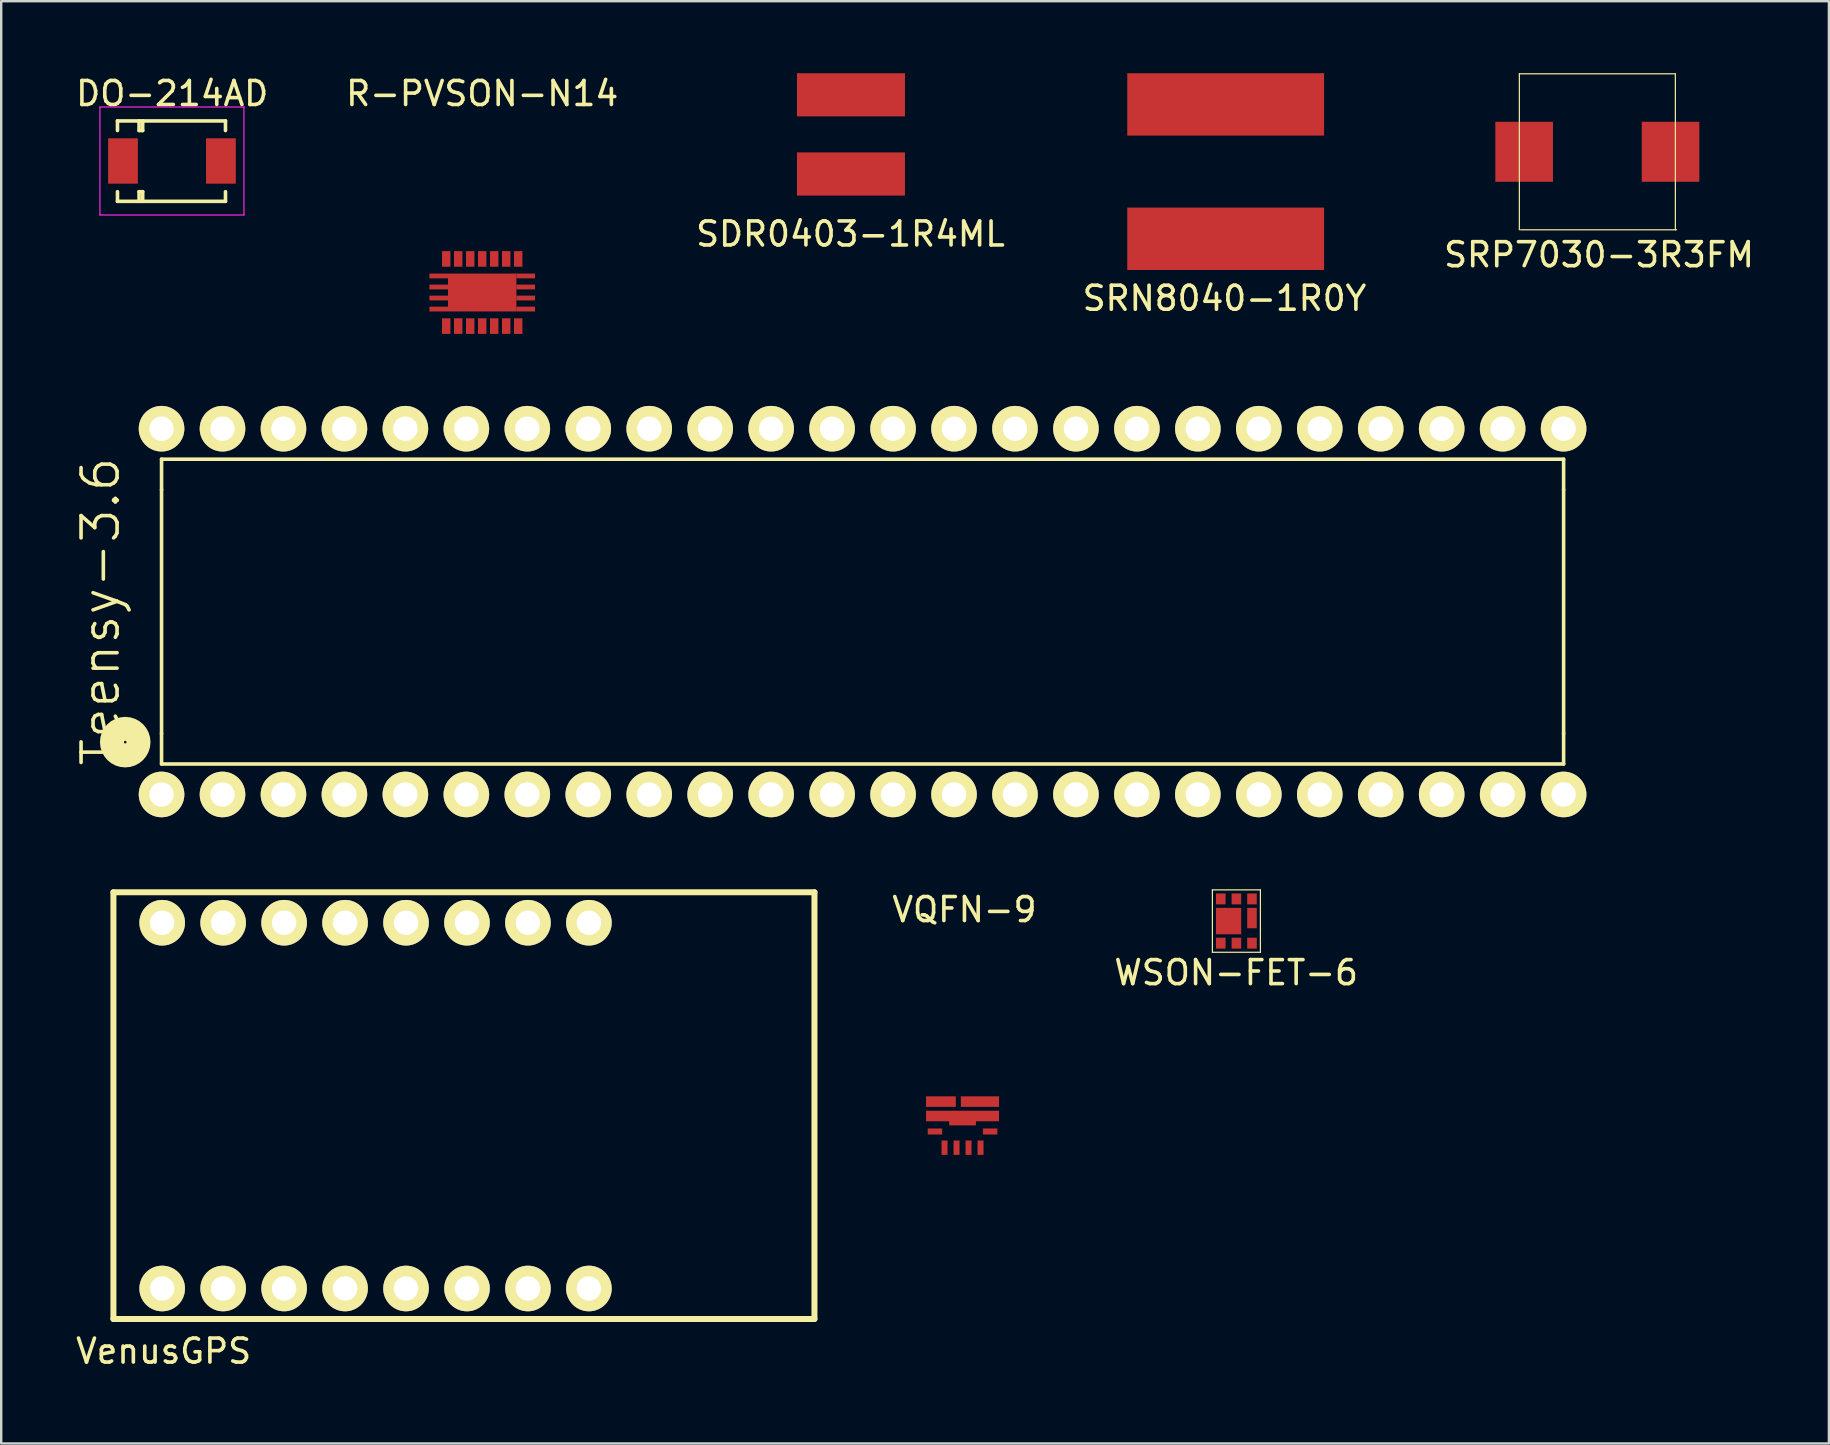
<source format=kicad_pcb>
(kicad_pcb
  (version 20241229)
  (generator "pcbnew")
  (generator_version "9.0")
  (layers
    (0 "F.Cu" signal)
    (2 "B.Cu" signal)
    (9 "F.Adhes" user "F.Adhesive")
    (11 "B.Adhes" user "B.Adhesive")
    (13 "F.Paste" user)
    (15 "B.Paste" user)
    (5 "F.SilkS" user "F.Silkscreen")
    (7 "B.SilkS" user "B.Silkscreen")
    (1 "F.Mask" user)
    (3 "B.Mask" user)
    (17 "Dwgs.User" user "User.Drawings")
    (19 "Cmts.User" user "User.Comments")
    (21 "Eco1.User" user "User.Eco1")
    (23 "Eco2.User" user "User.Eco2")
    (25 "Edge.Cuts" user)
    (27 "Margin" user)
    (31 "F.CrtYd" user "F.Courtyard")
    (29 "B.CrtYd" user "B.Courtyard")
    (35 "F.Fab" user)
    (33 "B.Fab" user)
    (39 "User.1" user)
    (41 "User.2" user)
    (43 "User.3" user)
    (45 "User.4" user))
  (footprint "WSON-FET-6"
    (layer "F.Cu")
    (at 48.467 35.328)
    (property "Reference" "WSON-FET-6" (at -0.01 2.15 0) (layer "F.SilkS") (effects (font (size 1 1) (thickness 0.15))))
    (attr through_hole)
    (fp_line (start -1 -1.3) (end -1 1.3) (stroke (width 0.05) (type solid)) (layer "F.SilkS"))
    (fp_line (start -1 1.3) (end 1 1.3) (stroke (width 0.05) (type solid)) (layer "F.SilkS"))
    (fp_line (start 1 -1.3) (end -1 -1.3) (stroke (width 0.05) (type solid)) (layer "F.SilkS"))
    (fp_line (start 1 1.3) (end 1 -1.3) (stroke (width 0.05) (type solid)) (layer "F.SilkS"))
    (pad "1" smd rect (at -0.65 -0.922) (size 0.4 0.455) (layers "F.Cu" "F.Mask" "F.Paste"))
    (pad "1" smd rect (at -0.65 0.922) (size 0.4 0.455) (layers "F.Cu" "F.Mask" "F.Paste"))
    (pad "1" smd rect (at -0.325 0) (size 1.05 1.1) (layers "F.Cu" "F.Mask" "F.Paste"))
    (pad "1" smd rect (at 0 -0.922) (size 0.4 0.455) (layers "F.Cu" "F.Mask" "F.Paste"))
    (pad "1" smd rect (at 0 0.922) (size 0.4 0.455) (layers "F.Cu" "F.Mask" "F.Paste"))
    (pad "2" smd rect (at 0.65 0.922) (size 0.4 0.455) (layers "F.Cu" "F.Mask" "F.Paste"))
    (pad "3" smd rect (at 0.65 -0.922) (size 0.4 0.455) (layers "F.Cu" "F.Mask" "F.Paste"))
    (pad "3" smd rect (at 0.65 -0.125) (size 0.4 0.85) (layers "F.Cu" "F.Mask" "F.Paste")))
  (footprint "Teensy-3.6"
    (layer "F.Cu")
    (at 6.221 30.053)
    (property "Reference" "Teensy-3.6" (at -5.08 -7.62 90) (layer "F.SilkS") (effects (font (size 1.5 1.5) (thickness 0.15))))
    (attr through_hole)
    (fp_line (start -2.54 -13.97) (end 55.88 -13.97) (stroke (width 0.15) (type solid)) (layer "F.SilkS"))
    (fp_line (start -2.54 -12.7) (end -2.54 -13.97) (stroke (width 0.15) (type solid)) (layer "F.SilkS"))
    (fp_line (start -2.54 -2.54) (end -2.54 -12.7) (stroke (width 0.15) (type solid)) (layer "F.SilkS"))
    (fp_line (start -2.54 -1.27) (end -2.54 -2.54) (stroke (width 0.15) (type solid)) (layer "F.SilkS"))
    (fp_line (start 55.88 -13.97) (end 55.88 -12.7) (stroke (width 0.15) (type solid)) (layer "F.SilkS"))
    (fp_line (start 55.88 -12.7) (end 55.88 -2.54) (stroke (width 0.15) (type solid)) (layer "F.SilkS"))
    (fp_line (start 55.88 -2.54) (end 55.88 -1.27) (stroke (width 0.15) (type solid)) (layer "F.SilkS"))
    (fp_line (start 55.88 -1.27) (end -2.54 -1.27) (stroke (width 0.15) (type solid)) (layer "F.SilkS"))
    (fp_circle (center -4.053 -2.18) (end -3.693 -1.76) (stroke (width 1) (type solid)) (fill no) (layer "F.SilkS"))
    (pad "1" thru_hole circle (at -2.54 0) (size 1.9 1.9) (drill 1.016) (layers "*.Cu" "*.Mask" "F.SilkS"))
    (pad "2" thru_hole circle (at 0 0) (size 1.9 1.9) (drill 1.016) (layers "*.Cu" "*.Mask" "F.SilkS"))
    (pad "3" thru_hole circle (at 2.54 0) (size 1.9 1.9) (drill 1.016) (layers "*.Cu" "*.Mask" "F.SilkS"))
    (pad "4" thru_hole circle (at 5.08 0) (size 1.9 1.9) (drill 1.016) (layers "*.Cu" "*.Mask" "F.SilkS"))
    (pad "5" thru_hole circle (at 7.62 0) (size 1.9 1.9) (drill 1.016) (layers "*.Cu" "*.Mask" "F.SilkS"))
    (pad "6" thru_hole circle (at 10.16 0) (size 1.9 1.9) (drill 1.016) (layers "*.Cu" "*.Mask" "F.SilkS"))
    (pad "7" thru_hole circle (at 12.7 0) (size 1.9 1.9) (drill 1.016) (layers "*.Cu" "*.Mask" "F.SilkS"))
    (pad "8" thru_hole circle (at 15.24 0) (size 1.9 1.9) (drill 1.016) (layers "*.Cu" "*.Mask" "F.SilkS"))
    (pad "9" thru_hole circle (at 17.78 0) (size 1.9 1.9) (drill 1.016) (layers "*.Cu" "*.Mask" "F.SilkS"))
    (pad "10" thru_hole circle (at 20.32 0) (size 1.9 1.9) (drill 1.016) (layers "*.Cu" "*.Mask" "F.SilkS"))
    (pad "11" thru_hole circle (at 22.86 0) (size 1.9 1.9) (drill 1.016) (layers "*.Cu" "*.Mask" "F.SilkS"))
    (pad "12" thru_hole circle (at 25.4 0) (size 1.9 1.9) (drill 1.016) (layers "*.Cu" "*.Mask" "F.SilkS"))
    (pad "13" thru_hole circle (at 27.94 0) (size 1.9 1.9) (drill 1.016) (layers "*.Cu" "*.Mask" "F.SilkS"))
    (pad "14" thru_hole circle (at 30.48 0) (size 1.9 1.9) (drill 1.016) (layers "*.Cu" "*.Mask" "F.SilkS"))
    (pad "15" thru_hole circle (at 33.02 0) (size 1.9 1.9) (drill 1.016) (layers "*.Cu" "*.Mask" "F.SilkS"))
    (pad "16" thru_hole circle (at 35.56 0) (size 1.9 1.9) (drill 1.016) (layers "*.Cu" "*.Mask" "F.SilkS"))
    (pad "17" thru_hole circle (at 38.1 0) (size 1.9 1.9) (drill 1.016) (layers "*.Cu" "*.Mask" "F.SilkS"))
    (pad "18" thru_hole circle (at 40.64 0) (size 1.9 1.9) (drill 1.016) (layers "*.Cu" "*.Mask" "F.SilkS"))
    (pad "19" thru_hole circle (at 43.18 0) (size 1.9 1.9) (drill 1.016) (layers "*.Cu" "*.Mask" "F.SilkS"))
    (pad "20" thru_hole circle (at 45.72 0) (size 1.9 1.9) (drill 1.016) (layers "*.Cu" "*.Mask" "F.SilkS"))
    (pad "21" thru_hole circle (at 48.26 0) (size 1.9 1.9) (drill 1.016) (layers "*.Cu" "*.Mask" "F.SilkS"))
    (pad "22" thru_hole circle (at 50.8 0) (size 1.9 1.9) (drill 1.016) (layers "*.Cu" "*.Mask" "F.SilkS"))
    (pad "23" thru_hole circle (at 53.34 0) (size 1.9 1.9) (drill 1.016) (layers "*.Cu" "*.Mask" "F.SilkS"))
    (pad "24" thru_hole circle (at 55.88 0) (size 1.9 1.9) (drill 1.016) (layers "*.Cu" "*.Mask" "F.SilkS"))
    (pad "25" thru_hole circle (at 55.88 -15.24) (size 1.9 1.9) (drill 1.016) (layers "*.Cu" "*.Mask" "F.SilkS"))
    (pad "26" thru_hole circle (at 53.34 -15.24) (size 1.9 1.9) (drill 1.016) (layers "*.Cu" "*.Mask" "F.SilkS"))
    (pad "27" thru_hole circle (at 50.8 -15.24) (size 1.9 1.9) (drill 1.016) (layers "*.Cu" "*.Mask" "F.SilkS"))
    (pad "28" thru_hole circle (at 48.26 -15.24) (size 1.9 1.9) (drill 1.016) (layers "*.Cu" "*.Mask" "F.SilkS"))
    (pad "29" thru_hole circle (at 45.72 -15.24) (size 1.9 1.9) (drill 1.016) (layers "*.Cu" "*.Mask" "F.SilkS"))
    (pad "30" thru_hole circle (at 43.18 -15.24) (size 1.9 1.9) (drill 1.016) (layers "*.Cu" "*.Mask" "F.SilkS"))
    (pad "31" thru_hole circle (at 40.64 -15.24) (size 1.9 1.9) (drill 1.016) (layers "*.Cu" "*.Mask" "F.SilkS"))
    (pad "32" thru_hole circle (at 38.1 -15.24) (size 1.9 1.9) (drill 1.016) (layers "*.Cu" "*.Mask" "F.SilkS"))
    (pad "33" thru_hole circle (at 35.56 -15.24) (size 1.9 1.9) (drill 1.016) (layers "*.Cu" "*.Mask" "F.SilkS"))
    (pad "34" thru_hole circle (at 33.02 -15.24) (size 1.9 1.9) (drill 1.016) (layers "*.Cu" "*.Mask" "F.SilkS"))
    (pad "35" thru_hole circle (at 30.48 -15.24) (size 1.9 1.9) (drill 1.016) (layers "*.Cu" "*.Mask" "F.SilkS"))
    (pad "36" thru_hole circle (at 27.94 -15.24) (size 1.9 1.9) (drill 1.016) (layers "*.Cu" "*.Mask" "F.SilkS"))
    (pad "37" thru_hole circle (at 25.4 -15.24) (size 1.9 1.9) (drill 1.016) (layers "*.Cu" "*.Mask" "F.SilkS"))
    (pad "38" thru_hole circle (at 22.86 -15.24) (size 1.9 1.9) (drill 1.016) (layers "*.Cu" "*.Mask" "F.SilkS"))
    (pad "39" thru_hole circle (at 20.32 -15.24) (size 1.9 1.9) (drill 1.016) (layers "*.Cu" "*.Mask" "F.SilkS"))
    (pad "40" thru_hole circle (at 17.78 -15.24) (size 1.9 1.9) (drill 1.016) (layers "*.Cu" "*.Mask" "F.SilkS"))
    (pad "41" thru_hole circle (at 15.24 -15.24) (size 1.9 1.9) (drill 1.016) (layers "*.Cu" "*.Mask" "F.SilkS"))
    (pad "42" thru_hole circle (at 12.7 -15.24) (size 1.9 1.9) (drill 1.016) (layers "*.Cu" "*.Mask" "F.SilkS"))
    (pad "43" thru_hole circle (at 10.16 -15.24) (size 1.9 1.9) (drill 1.016) (layers "*.Cu" "*.Mask" "F.SilkS"))
    (pad "44" thru_hole circle (at 7.62 -15.24) (size 1.9 1.9) (drill 1.016) (layers "*.Cu" "*.Mask" "F.SilkS"))
    (pad "45" thru_hole circle (at 5.08 -15.24) (size 1.9 1.9) (drill 1.016) (layers "*.Cu" "*.Mask" "F.SilkS"))
    (pad "46" thru_hole circle (at 2.54 -15.24) (size 1.9 1.9) (drill 1.016) (layers "*.Cu" "*.Mask" "F.SilkS"))
    (pad "47" thru_hole circle (at 0 -15.24) (size 1.9 1.9) (drill 1.016) (layers "*.Cu" "*.Mask" "F.SilkS"))
    (pad "48" thru_hole circle (at -2.54 -15.24) (size 1.9 1.9) (drill 1.016) (layers "*.Cu" "*.Mask" "F.SilkS")))
  (footprint "SRP7030-3R3FM"
    (layer "F.Cu")
    (at 63.507 3.275)
    (property "Reference" "SRP7030-3R3FM" (at 0.07 4.29 0) (layer "F.SilkS") (effects (font (size 1 1) (thickness 0.15))))
    (attr through_hole)
    (fp_line (start -3.25 -3.25) (end -3.25 3.25) (stroke (width 0.05) (type solid)) (layer "F.SilkS"))
    (fp_line (start -3.25 -3.25) (end 3.25 -3.25) (stroke (width 0.05) (type solid)) (layer "F.SilkS"))
    (fp_line (start -3.2 3.25) (end 3.3 3.25) (stroke (width 0.05) (type solid)) (layer "F.SilkS"))
    (fp_line (start 3.25 -3.25) (end 3.25 3.25) (stroke (width 0.05) (type solid)) (layer "F.SilkS"))
    (pad "1" smd rect (at -3.05 0) (size 2.4 2.5) (layers "F.Cu" "F.Mask" "F.Paste"))
    (pad "2" smd rect (at 3.05 0) (size 2.4 2.5) (layers "F.Cu" "F.Mask" "F.Paste")))
  (footprint "VQFN-9"
    (layer "F.Cu")
    (at 37.056 43.621)
    (property "Reference" "VQFN-9" (at 0.08 -8.77 0) (layer "F.SilkS") (effects (font (size 1 1) (thickness 0.15))))
    (attr through_hole)
    (pad "1" smd rect (at -0.9 -0.77) (size 1.24 0.44) (layers "F.Cu" "F.Mask" "F.Paste"))
    (pad "2" smd rect (at 0 -0.17) (size 3.04 0.44) (layers "F.Cu" "F.Mask" "F.Paste"))
    (pad "2" smd rect (at 0 0) (size 1.115 0.44) (layers "F.Cu" "F.Mask" "F.Paste"))
    (pad "3" smd rect (at -1.15 0.475) (size 0.6 0.25) (layers "F.Cu" "F.Mask" "F.Paste"))
    (pad "4" smd rect (at -0.75 1.15) (size 0.25 0.6) (layers "F.Cu" "F.Mask" "F.Paste"))
    (pad "5" smd rect (at -0.25 1.15) (size 0.25 0.6) (layers "F.Cu" "F.Mask" "F.Paste"))
    (pad "6" smd rect (at 0.25 1.15) (size 0.25 0.6) (layers "F.Cu" "F.Mask" "F.Paste"))
    (pad "7" smd rect (at 0.75 1.15) (size 0.25 0.6) (layers "F.Cu" "F.Mask" "F.Paste"))
    (pad "8" smd rect (at 1.15 0.475) (size 0.6 0.25) (layers "F.Cu" "F.Mask" "F.Paste"))
    (pad "9" smd rect (at 0.725 -0.77) (size 1.59 0.44) (layers "F.Cu" "F.Mask" "F.Paste")))
  (footprint "R-PVSON-N14"
    (layer "F.Cu")
    (at 17.042 9.138)
    (property "Reference" "R-PVSON-N14" (at 0 -8.29 0) (layer "F.SilkS") (effects (font (size 1 1) (thickness 0.15))))
    (attr through_hole)
    (pad "1" smd rect (at -1.5 1.4) (size 0.35 0.65) (layers "F.Cu" "F.Mask" "F.Paste"))
    (pad "2" smd rect (at -1.812 -0.69) (size 0.775 0.2) (layers "F.Cu" "F.Mask" "F.Paste"))
    (pad "2" smd rect (at -1.812 -0.23) (size 0.775 0.2) (layers "F.Cu" "F.Mask" "F.Paste"))
    (pad "2" smd rect (at -1.812 0.23) (size 0.775 0.2) (layers "F.Cu" "F.Mask" "F.Paste"))
    (pad "2" smd rect (at -1.812 0.69) (size 0.775 0.2) (layers "F.Cu" "F.Mask" "F.Paste"))
    (pad "2" smd rect (at -1 1.4) (size 0.35 0.65) (layers "F.Cu" "F.Mask" "F.Paste"))
    (pad "2" smd rect (at 0 0) (size 2.85 1.58) (layers "F.Cu" "F.Mask" "F.Paste"))
    (pad "2" smd rect (at 1.812 -0.69) (size 0.775 0.2) (layers "F.Cu" "F.Mask" "F.Paste"))
    (pad "2" smd rect (at 1.812 -0.23) (size 0.775 0.2) (layers "F.Cu" "F.Mask" "F.Paste"))
    (pad "2" smd rect (at 1.812 0.23) (size 0.775 0.2) (layers "F.Cu" "F.Mask" "F.Paste"))
    (pad "2" smd rect (at 1.812 0.69) (size 0.775 0.2) (layers "F.Cu" "F.Mask" "F.Paste"))
    (pad "3" smd rect (at -0.5 1.4) (size 0.35 0.65) (layers "F.Cu" "F.Mask" "F.Paste"))
    (pad "4" smd rect (at 0 1.4) (size 0.35 0.65) (layers "F.Cu" "F.Mask" "F.Paste"))
    (pad "5" smd rect (at 0.5 1.4) (size 0.35 0.65) (layers "F.Cu" "F.Mask" "F.Paste"))
    (pad "6" smd rect (at 1 1.4) (size 0.35 0.65) (layers "F.Cu" "F.Mask" "F.Paste"))
    (pad "7" smd rect (at 1.5 1.4) (size 0.35 0.65) (layers "F.Cu" "F.Mask" "F.Paste"))
    (pad "8" smd rect (at 1.5 -1.4) (size 0.35 0.65) (layers "F.Cu" "F.Mask" "F.Paste"))
    (pad "9" smd rect (at 1 -1.4) (size 0.35 0.65) (layers "F.Cu" "F.Mask" "F.Paste"))
    (pad "10" smd rect (at 0.5 -1.4) (size 0.35 0.65) (layers "F.Cu" "F.Mask" "F.Paste"))
    (pad "11" smd rect (at 0 -1.4) (size 0.35 0.65) (layers "F.Cu" "F.Mask" "F.Paste"))
    (pad "12" smd rect (at -0.5 -1.4) (size 0.35 0.65) (layers "F.Cu" "F.Mask" "F.Paste"))
    (pad "13" smd rect (at -1 -1.4) (size 0.35 0.65) (layers "F.Cu" "F.Mask" "F.Paste"))
    (pad "14" smd rect (at -1.5 -1.4) (size 0.35 0.65) (layers "F.Cu" "F.Mask" "F.Paste")))
  (footprint "SRN8040-1R0Y"
    (layer "F.Cu")
    (at 48.02 4.1)
    (property "Reference" "SRN8040-1R0Y" (at -0.05 5.28 0) (layer "F.SilkS") (effects (font (size 1 1) (thickness 0.15))))
    (attr through_hole)
    (pad "1" smd rect (at 0 -2.8) (size 8.2 2.6) (layers "F.Cu" "F.Mask" "F.Paste"))
    (pad "2" smd rect (at 0 2.8) (size 8.2 2.6) (layers "F.Cu" "F.Mask" "F.Paste")))
  (footprint "DO-214AD"
    (layer "F.Cu")
    (at 4.115 3.658)
    (property "Reference" "DO-214AD" (at 0.01 -2.81 0) (layer "F.SilkS") (effects (font (size 1 1) (thickness 0.15))))
    (attr smd)
    (fp_line (start -2.27 -1.67) (end -2.27 -1.27) (stroke (width 0.15) (type solid)) (layer "F.SilkS"))
    (fp_line (start -2.27 -1.67) (end 2.23 -1.67) (stroke (width 0.15) (type solid)) (layer "F.SilkS"))
    (fp_line (start -2.27 1.68) (end -2.27 1.28) (stroke (width 0.15) (type solid)) (layer "F.SilkS"))
    (fp_line (start -1.37 -1.67) (end -1.37 -1.27) (stroke (width 0.15) (type solid)) (layer "F.SilkS"))
    (fp_line (start -1.37 -1.27) (end -1.22 -1.27) (stroke (width 0.15) (type solid)) (layer "F.SilkS"))
    (fp_line (start -1.37 1.28) (end -1.22 1.28) (stroke (width 0.15) (type solid)) (layer "F.SilkS"))
    (fp_line (start -1.37 1.68) (end -1.37 1.28) (stroke (width 0.15) (type solid)) (layer "F.SilkS"))
    (fp_line (start -1.22 -1.27) (end -1.22 -1.67) (stroke (width 0.15) (type solid)) (layer "F.SilkS"))
    (fp_line (start -1.22 1.28) (end -1.22 1.68) (stroke (width 0.15) (type solid)) (layer "F.SilkS"))
    (fp_line (start 2.23 -1.67) (end 2.23 -1.27) (stroke (width 0.15) (type solid)) (layer "F.SilkS"))
    (fp_line (start 2.23 1.68) (end -2.27 1.68) (stroke (width 0.15) (type solid)) (layer "F.SilkS"))
    (fp_line (start 2.23 1.68) (end 2.23 1.28) (stroke (width 0.15) (type solid)) (layer "F.SilkS"))
    (fp_line (start -3 -2.25) (end 3 -2.25) (stroke (width 0.05) (type solid)) (layer "F.CrtYd"))
    (fp_line (start -3 2.25) (end -3 -2.25) (stroke (width 0.05) (type solid)) (layer "F.CrtYd"))
    (fp_line (start 3 -2.25) (end 3 2.25) (stroke (width 0.05) (type solid)) (layer "F.CrtYd"))
    (fp_line (start 3 2.25) (end -3 2.25) (stroke (width 0.05) (type solid)) (layer "F.CrtYd"))
    (pad "1" smd rect (at -2.04 0) (size 1.24 1.89) (layers "F.Cu" "F.Mask" "F.Paste"))
    (pad "2" smd rect (at 2.04 0) (size 1.24 1.89) (layers "F.Cu" "F.Mask" "F.Paste")))
  (footprint "VenusGPS"
    (layer "F.Cu")
    (at 3.708 50.638)
    (property "Reference" "VenusGPS" (at 0.06 2.61 0) (layer "F.SilkS") (effects (font (size 1 1) (thickness 0.15))))
    (attr through_hole)
    (fp_line (start -2.032 -16.51) (end -2.032 1.27) (stroke (width 0.25) (type solid)) (layer "F.SilkS"))
    (fp_line (start -2.032 1.27) (end 27.178 1.27) (stroke (width 0.25) (type solid)) (layer "F.SilkS"))
    (fp_line (start 27.178 -16.51) (end -2.032 -16.51) (stroke (width 0.25) (type solid)) (layer "F.SilkS"))
    (fp_line (start 27.178 1.27) (end 27.178 -16.51) (stroke (width 0.25) (type solid)) (layer "F.SilkS"))
    (pad "1" thru_hole circle (at 17.78 -15.24) (size 1.9 1.9) (drill 1.016) (layers "*.Cu" "*.Mask" "F.SilkS"))
    (pad "2" thru_hole circle (at 15.24 -15.24) (size 1.9 1.9) (drill 1.016) (layers "*.Cu" "*.Mask" "F.SilkS"))
    (pad "3" thru_hole circle (at 12.7 -15.24) (size 1.9 1.9) (drill 1.016) (layers "*.Cu" "*.Mask" "F.SilkS"))
    (pad "4" thru_hole circle (at 10.16 -15.24) (size 1.9 1.9) (drill 1.016) (layers "*.Cu" "*.Mask" "F.SilkS"))
    (pad "5" thru_hole circle (at 7.62 -15.24) (size 1.9 1.9) (drill 1.016) (layers "*.Cu" "*.Mask" "F.SilkS"))
    (pad "6" thru_hole circle (at 5.08 -15.24) (size 1.9 1.9) (drill 1.016) (layers "*.Cu" "*.Mask" "F.SilkS"))
    (pad "7" thru_hole circle (at 2.54 -15.24) (size 1.9 1.9) (drill 1.016) (layers "*.Cu" "*.Mask" "F.SilkS"))
    (pad "8" thru_hole circle (at 0 -15.24) (size 1.9 1.9) (drill 1.016) (layers "*.Cu" "*.Mask" "F.SilkS"))
    (pad "9" thru_hole circle (at 0 0) (size 1.9 1.9) (drill 1.016) (layers "*.Cu" "*.Mask" "F.SilkS"))
    (pad "10" thru_hole circle (at 2.54 0) (size 1.9 1.9) (drill 1.016) (layers "*.Cu" "*.Mask" "F.SilkS"))
    (pad "11" thru_hole circle (at 5.08 0) (size 1.9 1.9) (drill 1.016) (layers "*.Cu" "*.Mask" "F.SilkS"))
    (pad "12" thru_hole circle (at 7.62 0) (size 1.9 1.9) (drill 1.016) (layers "*.Cu" "*.Mask" "F.SilkS"))
    (pad "13" thru_hole circle (at 10.16 0) (size 1.9 1.9) (drill 1.016) (layers "*.Cu" "*.Mask" "F.SilkS"))
    (pad "14" thru_hole circle (at 12.7 0) (size 1.9 1.9) (drill 1.016) (layers "*.Cu" "*.Mask" "F.SilkS"))
    (pad "15" thru_hole circle (at 15.24 0) (size 1.9 1.9) (drill 1.016) (layers "*.Cu" "*.Mask" "F.SilkS"))
    (pad "16" thru_hole circle (at 17.78 0) (size 1.9 1.9) (drill 1.016) (layers "*.Cu" "*.Mask" "F.SilkS")))
  (footprint "SDR0403-1R4ML"
    (layer "F.Cu")
    (at 32.407 2.55)
    (property "Reference" "SDR0403-1R4ML" (at -0.02 4.15 0) (layer "F.SilkS") (effects (font (size 1 1) (thickness 0.15))))
    (attr through_hole)
    (pad "1" smd rect (at 0 -1.65) (size 4.5 1.8) (layers "F.Cu" "F.Mask" "F.Paste"))
    (pad "2" smd rect (at 0 1.65) (size 4.5 1.8) (layers "F.Cu" "F.Mask" "F.Paste")))
  (gr_rect
    (start -3 -3)
    (end 73.155 57.096)
    (stroke (width 0.1) (type default))
    (fill no)
    (layer "Edge.Cuts")))
</source>
